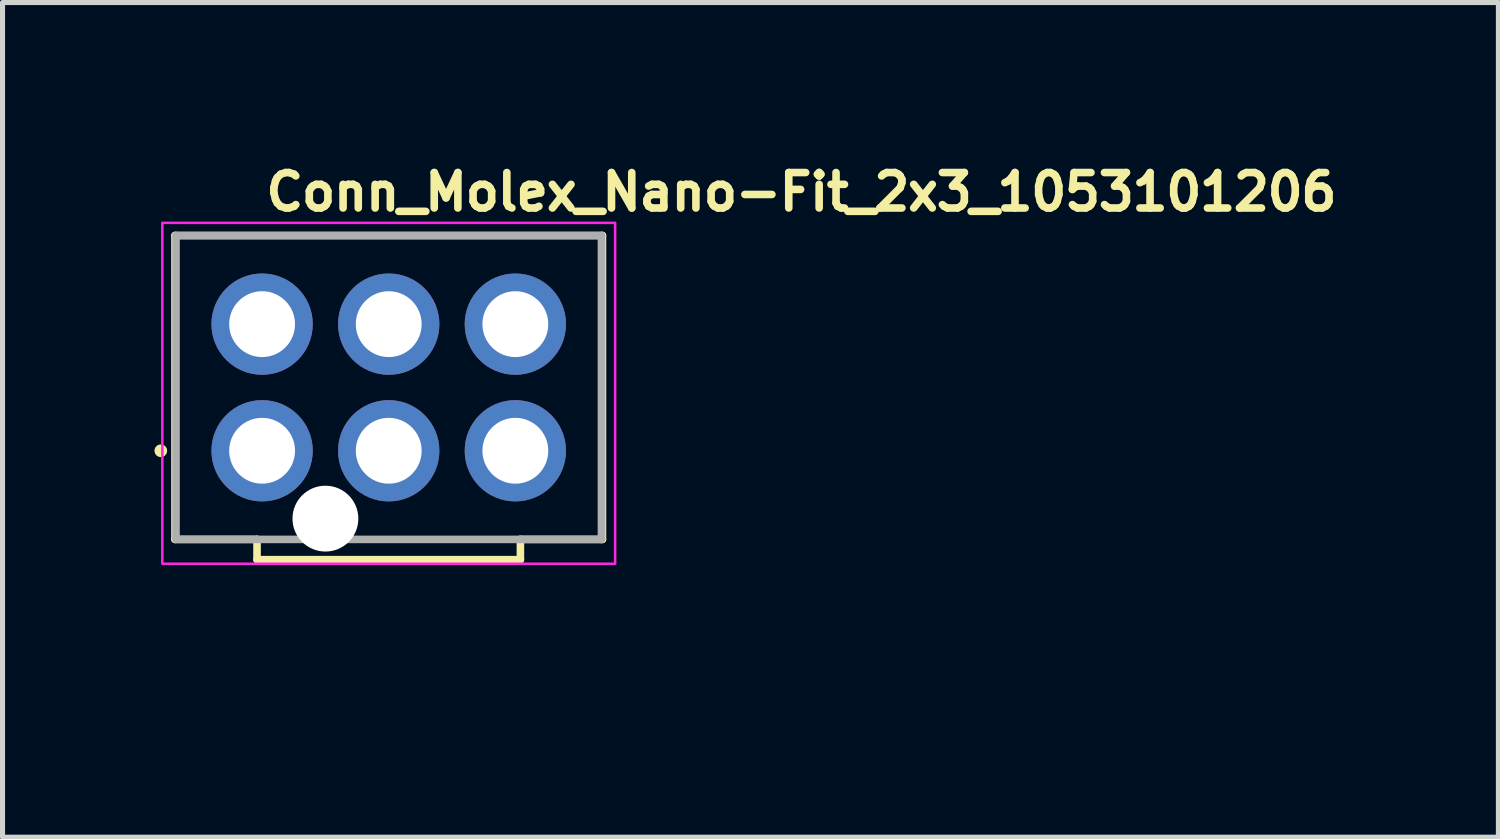
<source format=kicad_pcb>
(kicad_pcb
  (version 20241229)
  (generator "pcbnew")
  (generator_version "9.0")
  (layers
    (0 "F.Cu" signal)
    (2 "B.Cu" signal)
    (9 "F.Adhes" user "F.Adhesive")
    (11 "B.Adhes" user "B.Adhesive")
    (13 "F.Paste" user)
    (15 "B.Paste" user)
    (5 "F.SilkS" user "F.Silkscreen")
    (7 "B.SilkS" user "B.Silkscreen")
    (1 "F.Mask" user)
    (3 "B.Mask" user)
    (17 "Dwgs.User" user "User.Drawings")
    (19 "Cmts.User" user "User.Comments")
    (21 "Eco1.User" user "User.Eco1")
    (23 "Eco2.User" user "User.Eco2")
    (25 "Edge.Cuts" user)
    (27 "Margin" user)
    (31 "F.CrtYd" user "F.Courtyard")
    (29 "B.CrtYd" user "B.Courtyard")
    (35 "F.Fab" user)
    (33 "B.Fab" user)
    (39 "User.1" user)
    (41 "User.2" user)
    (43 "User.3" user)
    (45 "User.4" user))
  (footprint "Conn_Molex_Nano-Fit_2x3_1053101206"
    (layer "F.Cu")
    (at 2.125 5.85)
    (property "Reference" "Conn_Molex_Nano-Fit_2x3_1053101206" (at 0 -4.7 0) (layer "F.SilkS") (effects (font (size 0.7 0.7) (thickness 0.15)) (justify left bottom)))
    (attr through_hole)
    (fp_line (start -1.72 -4.25) (end -1.72 1.75) (stroke (width 0.15) (type solid)) (layer "F.SilkS"))
    (fp_line (start -1.72 -4.25) (end 6.72 -4.25) (stroke (width 0.15) (type solid)) (layer "F.SilkS"))
    (fp_line (start -1.72 1.75) (end -0.1 1.75) (stroke (width 0.15) (type solid)) (layer "F.SilkS"))
    (fp_line (start -0.1 2.15) (end -0.1 1.75) (stroke (width 0.15) (type solid)) (layer "F.SilkS"))
    (fp_line (start -0.1 2.15) (end 5.1 2.15) (stroke (width 0.15) (type solid)) (layer "F.SilkS"))
    (fp_line (start 5.1 2.15) (end 5.1 1.75) (stroke (width 0.15) (type solid)) (layer "F.SilkS"))
    (fp_line (start 6.72 -4.25) (end 6.72 1.75) (stroke (width 0.15) (type solid)) (layer "F.SilkS"))
    (fp_line (start 6.72 1.75) (end 5.099 1.75) (stroke (width 0.15) (type solid)) (layer "F.SilkS"))
    (fp_circle (center -2 0) (end -1.95 0) (stroke (width 0.15) (type solid)) (fill yes) (layer "F.SilkS"))
    (fp_rect (start -1.97 -4.5) (end 6.97 2.23) (stroke (width 0.05) (type solid)) (fill no) (layer "F.CrtYd"))
    (fp_line (start -1.7 -4.25) (end 6.7 -4.25) (stroke (width 0.15) (type solid)) (layer "F.Fab"))
    (fp_line (start -1.7 1.75) (end -1.7 -4.25) (stroke (width 0.15) (type solid)) (layer "F.Fab"))
    (fp_line (start 6.7 -4.25) (end 6.7 1.75) (stroke (width 0.15) (type solid)) (layer "F.Fab"))
    (fp_line (start 6.7 1.75) (end -1.7 1.75) (stroke (width 0.15) (type solid)) (layer "F.Fab"))
    (fp_rect (start -1.72 -4.26) (end 6.72 4.58) (stroke (width 0.1) (type solid)) (fill no) (layer "User.5"))
    (fp_line (start -1.72 -4.26) (end -1.72 1.72) (stroke (width 0.02) (type solid)) (layer "User.9"))
    (fp_line (start -1.11 -1.425) (end -0.4 -1.425) (stroke (width 0.02) (type solid)) (layer "User.9"))
    (fp_line (start -1.11 -1.115) (end -0.4 -1.115) (stroke (width 0.02) (type solid)) (layer "User.9"))
    (fp_line (start -1.11 1.075) (end -1.11 -3.615) (stroke (width 0.02) (type solid)) (layer "User.9"))
    (fp_line (start -1.11 1.075) (end 0.3 1.075) (stroke (width 0.02) (type solid)) (layer "User.9"))
    (fp_line (start -0.4 -1.115) (end -0.4 -1.425) (stroke (width 0.02) (type solid)) (layer "User.9"))
    (fp_line (start -0.317 -2.837) (end 0.317 -2.837) (stroke (width 0.02) (type solid)) (layer "User.9"))
    (fp_line (start -0.317 -2.202) (end -0.317 -2.837) (stroke (width 0.02) (type solid)) (layer "User.9"))
    (fp_line (start -0.317 -2.202) (end 0.317 -2.202) (stroke (width 0.02) (type solid)) (layer "User.9"))
    (fp_line (start -0.317 -0.337) (end -0.167 -0.187) (stroke (width 0.02) (type solid)) (layer "User.9"))
    (fp_line (start -0.317 -0.337) (end 0.317 -0.337) (stroke (width 0.02) (type solid)) (layer "User.9"))
    (fp_line (start -0.317 0.297) (end -0.317 -0.337) (stroke (width 0.02) (type solid)) (layer "User.9"))
    (fp_line (start -0.317 0.297) (end 0.317 0.297) (stroke (width 0.02) (type solid)) (layer "User.9"))
    (fp_line (start -0.167 -2.687) (end -0.317 -2.837) (stroke (width 0.02) (type solid)) (layer "User.9"))
    (fp_line (start -0.167 -2.687) (end 0.167 -2.687) (stroke (width 0.02) (type solid)) (layer "User.9"))
    (fp_line (start -0.167 -2.352) (end -0.317 -2.202) (stroke (width 0.02) (type solid)) (layer "User.9"))
    (fp_line (start -0.167 -2.352) (end -0.167 -2.687) (stroke (width 0.02) (type solid)) (layer "User.9"))
    (fp_line (start -0.167 -2.352) (end 0.167 -2.352) (stroke (width 0.02) (type solid)) (layer "User.9"))
    (fp_line (start -0.167 -0.187) (end 0.167 -0.187) (stroke (width 0.02) (type solid)) (layer "User.9"))
    (fp_line (start -0.167 0.147) (end -0.317 0.297) (stroke (width 0.02) (type solid)) (layer "User.9"))
    (fp_line (start -0.167 0.147) (end -0.167 -0.187) (stroke (width 0.02) (type solid)) (layer "User.9"))
    (fp_line (start -0.167 0.147) (end 0.167 0.147) (stroke (width 0.02) (type solid)) (layer "User.9"))
    (fp_line (start -0.1 1.72) (end -1.72 1.72) (stroke (width 0.02) (type solid)) (layer "User.9"))
    (fp_line (start -0.1 2.549) (end -0.1 1.72) (stroke (width 0.02) (type solid)) (layer "User.9"))
    (fp_line (start -0.1 4.009) (end -0.1 2.549) (stroke (width 0.02) (type solid)) (layer "User.9"))
    (fp_line (start -0.1 4.38) (end -0.1 4.009) (stroke (width 0.02) (type solid)) (layer "User.9"))
    (fp_line (start -0.1 4.38) (end -0.099 4.39) (stroke (width 0.02) (type solid)) (layer "User.9"))
    (fp_line (start -0.099 4.39) (end -0.098 4.4) (stroke (width 0.02) (type solid)) (layer "User.9"))
    (fp_line (start -0.098 4.4) (end -0.097 4.41) (stroke (width 0.02) (type solid)) (layer "User.9"))
    (fp_line (start -0.097 4.41) (end -0.095 4.42) (stroke (width 0.02) (type solid)) (layer "User.9"))
    (fp_line (start -0.095 4.42) (end -0.093 4.429) (stroke (width 0.02) (type solid)) (layer "User.9"))
    (fp_line (start -0.093 4.429) (end -0.091 4.439) (stroke (width 0.02) (type solid)) (layer "User.9"))
    (fp_line (start -0.091 4.439) (end -0.087 4.448) (stroke (width 0.02) (type solid)) (layer "User.9"))
    (fp_line (start -0.087 4.448) (end -0.084 4.457) (stroke (width 0.02) (type solid)) (layer "User.9"))
    (fp_line (start -0.084 4.457) (end -0.08 4.466) (stroke (width 0.02) (type solid)) (layer "User.9"))
    (fp_line (start -0.08 4.466) (end -0.075 4.475) (stroke (width 0.02) (type solid)) (layer "User.9"))
    (fp_line (start -0.075 4.475) (end -0.071 4.483) (stroke (width 0.02) (type solid)) (layer "User.9"))
    (fp_line (start -0.071 4.483) (end -0.065 4.491) (stroke (width 0.02) (type solid)) (layer "User.9"))
    (fp_line (start -0.065 4.491) (end -0.06 4.499) (stroke (width 0.02) (type solid)) (layer "User.9"))
    (fp_line (start -0.06 4.499) (end -0.054 4.507) (stroke (width 0.02) (type solid)) (layer "User.9"))
    (fp_line (start -0.054 4.507) (end -0.048 4.514) (stroke (width 0.02) (type solid)) (layer "User.9"))
    (fp_line (start -0.048 4.514) (end -0.041 4.521) (stroke (width 0.02) (type solid)) (layer "User.9"))
    (fp_line (start -0.041 4.521) (end -0.034 4.528) (stroke (width 0.02) (type solid)) (layer "User.9"))
    (fp_line (start -0.034 4.528) (end -0.027 4.534) (stroke (width 0.02) (type solid)) (layer "User.9"))
    (fp_line (start -0.027 4.534) (end -0.019 4.54) (stroke (width 0.02) (type solid)) (layer "User.9"))
    (fp_line (start -0.019 4.54) (end -0.011 4.545) (stroke (width 0.02) (type solid)) (layer "User.9"))
    (fp_line (start -0.011 4.545) (end -0.003 4.551) (stroke (width 0.02) (type solid)) (layer "User.9"))
    (fp_line (start -0.003 4.551) (end 0.004 4.555) (stroke (width 0.02) (type solid)) (layer "User.9"))
    (fp_line (start 0.004 4.555) (end 0.013 4.56) (stroke (width 0.02) (type solid)) (layer "User.9"))
    (fp_line (start 0.013 4.56) (end 0.022 4.564) (stroke (width 0.02) (type solid)) (layer "User.9"))
    (fp_line (start 0.022 4.564) (end 0.031 4.567) (stroke (width 0.02) (type solid)) (layer "User.9"))
    (fp_line (start 0.031 4.567) (end 0.04 4.571) (stroke (width 0.02) (type solid)) (layer "User.9"))
    (fp_line (start 0.04 4.571) (end 0.05 4.573) (stroke (width 0.02) (type solid)) (layer "User.9"))
    (fp_line (start 0.05 4.573) (end 0.059 4.575) (stroke (width 0.02) (type solid)) (layer "User.9"))
    (fp_line (start 0.059 4.575) (end 0.069 4.577) (stroke (width 0.02) (type solid)) (layer "User.9"))
    (fp_line (start 0.069 4.577) (end 0.079 4.578) (stroke (width 0.02) (type solid)) (layer "User.9"))
    (fp_line (start 0.079 4.578) (end 0.089 4.579) (stroke (width 0.02) (type solid)) (layer "User.9"))
    (fp_line (start 0.089 4.579) (end 0.1 4.58) (stroke (width 0.02) (type solid)) (layer "User.9"))
    (fp_line (start 0.167 -2.687) (end 0.167 -2.352) (stroke (width 0.02) (type solid)) (layer "User.9"))
    (fp_line (start 0.167 -2.687) (end 0.317 -2.837) (stroke (width 0.02) (type solid)) (layer "User.9"))
    (fp_line (start 0.167 -2.352) (end 0.317 -2.202) (stroke (width 0.02) (type solid)) (layer "User.9"))
    (fp_line (start 0.167 -0.187) (end 0.167 0.147) (stroke (width 0.02) (type solid)) (layer "User.9"))
    (fp_line (start 0.167 -0.187) (end 0.317 -0.337) (stroke (width 0.02) (type solid)) (layer "User.9"))
    (fp_line (start 0.2 -1.425) (end -0.4 -1.425) (stroke (width 0.02) (type solid)) (layer "User.9"))
    (fp_line (start 0.2 -1.425) (end 0.2 -1.115) (stroke (width 0.02) (type solid)) (layer "User.9"))
    (fp_line (start 0.2 -1.425) (end 1.11 -1.425) (stroke (width 0.02) (type solid)) (layer "User.9"))
    (fp_line (start 0.2 -1.115) (end -0.4 -1.115) (stroke (width 0.02) (type solid)) (layer "User.9"))
    (fp_line (start 0.3 2.549) (end -0.1 2.549) (stroke (width 0.02) (type solid)) (layer "User.9"))
    (fp_line (start 0.3 2.549) (end 0.3 1.075) (stroke (width 0.02) (type solid)) (layer "User.9"))
    (fp_line (start 0.3 2.549) (end 0.3 3.73) (stroke (width 0.02) (type solid)) (layer "User.9"))
    (fp_line (start 0.3 3.73) (end 4.7 3.73) (stroke (width 0.02) (type solid)) (layer "User.9"))
    (fp_line (start 0.317 -2.837) (end 0.317 -2.202) (stroke (width 0.02) (type solid)) (layer "User.9"))
    (fp_line (start 0.317 -0.337) (end 0.317 0.297) (stroke (width 0.02) (type solid)) (layer "User.9"))
    (fp_line (start 0.317 0.297) (end 0.167 0.147) (stroke (width 0.02) (type solid)) (layer "User.9"))
    (fp_line (start 1.11 -3.615) (end -1.11 -3.615) (stroke (width 0.02) (type solid)) (layer "User.9"))
    (fp_line (start 1.11 -1.425) (end 1.11 -3.615) (stroke (width 0.02) (type solid)) (layer "User.9"))
    (fp_line (start 1.11 -1.115) (end 0.2 -1.115) (stroke (width 0.02) (type solid)) (layer "User.9"))
    (fp_line (start 1.11 -1.115) (end 1.11 1.35) (stroke (width 0.02) (type solid)) (layer "User.9"))
    (fp_line (start 1.11 1.075) (end 0.3 1.075) (stroke (width 0.02) (type solid)) (layer "User.9"))
    (fp_line (start 1.389 -3.615) (end 1.389 -1.425) (stroke (width 0.02) (type solid)) (layer "User.9"))
    (fp_line (start 1.389 -1.425) (end 3.61 -1.425) (stroke (width 0.02) (type solid)) (layer "User.9"))
    (fp_line (start 1.389 -1.115) (end 1.389 1.075) (stroke (width 0.02) (type solid)) (layer "User.9"))
    (fp_line (start 1.389 1.075) (end 3.61 1.075) (stroke (width 0.02) (type solid)) (layer "User.9"))
    (fp_line (start 2.182 -2.837) (end 2.817 -2.837) (stroke (width 0.02) (type solid)) (layer "User.9"))
    (fp_line (start 2.182 -2.202) (end 2.182 -2.837) (stroke (width 0.02) (type solid)) (layer "User.9"))
    (fp_line (start 2.182 -2.202) (end 2.817 -2.202) (stroke (width 0.02) (type solid)) (layer "User.9"))
    (fp_line (start 2.182 -0.337) (end 2.332 -0.187) (stroke (width 0.02) (type solid)) (layer "User.9"))
    (fp_line (start 2.182 -0.337) (end 2.817 -0.337) (stroke (width 0.02) (type solid)) (layer "User.9"))
    (fp_line (start 2.182 0.297) (end 2.182 -0.337) (stroke (width 0.02) (type solid)) (layer "User.9"))
    (fp_line (start 2.182 0.297) (end 2.817 0.297) (stroke (width 0.02) (type solid)) (layer "User.9"))
    (fp_line (start 2.332 -2.687) (end 2.182 -2.837) (stroke (width 0.02) (type solid)) (layer "User.9"))
    (fp_line (start 2.332 -2.687) (end 2.667 -2.687) (stroke (width 0.02) (type solid)) (layer "User.9"))
    (fp_line (start 2.332 -2.352) (end 2.182 -2.202) (stroke (width 0.02) (type solid)) (layer "User.9"))
    (fp_line (start 2.332 -2.352) (end 2.332 -2.687) (stroke (width 0.02) (type solid)) (layer "User.9"))
    (fp_line (start 2.332 -2.352) (end 2.667 -2.352) (stroke (width 0.02) (type solid)) (layer "User.9"))
    (fp_line (start 2.332 -0.187) (end 2.667 -0.187) (stroke (width 0.02) (type solid)) (layer "User.9"))
    (fp_line (start 2.332 0.147) (end 2.182 0.297) (stroke (width 0.02) (type solid)) (layer "User.9"))
    (fp_line (start 2.332 0.147) (end 2.332 -0.187) (stroke (width 0.02) (type solid)) (layer "User.9"))
    (fp_line (start 2.332 0.147) (end 2.667 0.147) (stroke (width 0.02) (type solid)) (layer "User.9"))
    (fp_line (start 2.667 -2.687) (end 2.667 -2.352) (stroke (width 0.02) (type solid)) (layer "User.9"))
    (fp_line (start 2.667 -2.687) (end 2.817 -2.837) (stroke (width 0.02) (type solid)) (layer "User.9"))
    (fp_line (start 2.667 -2.352) (end 2.817 -2.202) (stroke (width 0.02) (type solid)) (layer "User.9"))
    (fp_line (start 2.667 -0.187) (end 2.667 0.147) (stroke (width 0.02) (type solid)) (layer "User.9"))
    (fp_line (start 2.667 -0.187) (end 2.817 -0.337) (stroke (width 0.02) (type solid)) (layer "User.9"))
    (fp_line (start 2.817 -2.837) (end 2.817 -2.202) (stroke (width 0.02) (type solid)) (layer "User.9"))
    (fp_line (start 2.817 -0.337) (end 2.817 0.297) (stroke (width 0.02) (type solid)) (layer "User.9"))
    (fp_line (start 2.817 0.297) (end 2.667 0.147) (stroke (width 0.02) (type solid)) (layer "User.9"))
    (fp_line (start 3.61 -3.615) (end 1.389 -3.615) (stroke (width 0.02) (type solid)) (layer "User.9"))
    (fp_line (start 3.61 -1.425) (end 3.61 -3.615) (stroke (width 0.02) (type solid)) (layer "User.9"))
    (fp_line (start 3.61 -1.115) (end 1.389 -1.115) (stroke (width 0.02) (type solid)) (layer "User.9"))
    (fp_line (start 3.61 1.075) (end 3.61 -1.115) (stroke (width 0.02) (type solid)) (layer "User.9"))
    (fp_line (start 3.89 -3.615) (end 3.89 -1.425) (stroke (width 0.02) (type solid)) (layer "User.9"))
    (fp_line (start 3.89 -1.425) (end 6.11 -1.425) (stroke (width 0.02) (type solid)) (layer "User.9"))
    (fp_line (start 3.89 1.35) (end 1.11 1.35) (stroke (width 0.02) (type solid)) (layer "User.9"))
    (fp_line (start 3.89 1.35) (end 3.89 -1.115) (stroke (width 0.02) (type solid)) (layer "User.9"))
    (fp_line (start 4.682 -2.837) (end 5.317 -2.837) (stroke (width 0.02) (type solid)) (layer "User.9"))
    (fp_line (start 4.682 -2.202) (end 4.682 -2.837) (stroke (width 0.02) (type solid)) (layer "User.9"))
    (fp_line (start 4.682 -2.202) (end 5.317 -2.202) (stroke (width 0.02) (type solid)) (layer "User.9"))
    (fp_line (start 4.682 -0.337) (end 4.832 -0.187) (stroke (width 0.02) (type solid)) (layer "User.9"))
    (fp_line (start 4.682 -0.337) (end 5.317 -0.337) (stroke (width 0.02) (type solid)) (layer "User.9"))
    (fp_line (start 4.682 0.297) (end 4.682 -0.337) (stroke (width 0.02) (type solid)) (layer "User.9"))
    (fp_line (start 4.682 0.297) (end 5.317 0.297) (stroke (width 0.02) (type solid)) (layer "User.9"))
    (fp_line (start 4.7 1.075) (end 3.89 1.075) (stroke (width 0.02) (type solid)) (layer "User.9"))
    (fp_line (start 4.7 1.075) (end 6.11 1.075) (stroke (width 0.02) (type solid)) (layer "User.9"))
    (fp_line (start 4.7 2.549) (end 4.7 1.075) (stroke (width 0.02) (type solid)) (layer "User.9"))
    (fp_line (start 4.7 2.549) (end 4.7 3.73) (stroke (width 0.02) (type solid)) (layer "User.9"))
    (fp_line (start 4.832 -2.687) (end 4.682 -2.837) (stroke (width 0.02) (type solid)) (layer "User.9"))
    (fp_line (start 4.832 -2.687) (end 5.167 -2.687) (stroke (width 0.02) (type solid)) (layer "User.9"))
    (fp_line (start 4.832 -2.352) (end 4.682 -2.202) (stroke (width 0.02) (type solid)) (layer "User.9"))
    (fp_line (start 4.832 -2.352) (end 4.832 -2.687) (stroke (width 0.02) (type solid)) (layer "User.9"))
    (fp_line (start 4.832 -2.352) (end 5.167 -2.352) (stroke (width 0.02) (type solid)) (layer "User.9"))
    (fp_line (start 4.832 -0.187) (end 5.167 -0.187) (stroke (width 0.02) (type solid)) (layer "User.9"))
    (fp_line (start 4.832 0.147) (end 4.682 0.297) (stroke (width 0.02) (type solid)) (layer "User.9"))
    (fp_line (start 4.832 0.147) (end 4.832 -0.187) (stroke (width 0.02) (type solid)) (layer "User.9"))
    (fp_line (start 4.832 0.147) (end 5.167 0.147) (stroke (width 0.02) (type solid)) (layer "User.9"))
    (fp_line (start 4.9 4.58) (end 0.1 4.58) (stroke (width 0.02) (type solid)) (layer "User.9"))
    (fp_line (start 4.9 4.58) (end 4.91 4.579) (stroke (width 0.02) (type solid)) (layer "User.9"))
    (fp_line (start 4.91 4.579) (end 4.92 4.578) (stroke (width 0.02) (type solid)) (layer "User.9"))
    (fp_line (start 4.92 4.578) (end 4.93 4.577) (stroke (width 0.02) (type solid)) (layer "User.9"))
    (fp_line (start 4.93 4.577) (end 4.94 4.575) (stroke (width 0.02) (type solid)) (layer "User.9"))
    (fp_line (start 4.94 4.575) (end 4.949 4.573) (stroke (width 0.02) (type solid)) (layer "User.9"))
    (fp_line (start 4.949 4.573) (end 4.959 4.571) (stroke (width 0.02) (type solid)) (layer "User.9"))
    (fp_line (start 4.959 4.571) (end 4.968 4.567) (stroke (width 0.02) (type solid)) (layer "User.9"))
    (fp_line (start 4.968 4.567) (end 4.977 4.564) (stroke (width 0.02) (type solid)) (layer "User.9"))
    (fp_line (start 4.977 4.564) (end 4.986 4.56) (stroke (width 0.02) (type solid)) (layer "User.9"))
    (fp_line (start 4.986 4.56) (end 4.995 4.555) (stroke (width 0.02) (type solid)) (layer "User.9"))
    (fp_line (start 4.995 4.555) (end 5.003 4.551) (stroke (width 0.02) (type solid)) (layer "User.9"))
    (fp_line (start 5.003 4.551) (end 5.011 4.545) (stroke (width 0.02) (type solid)) (layer "User.9"))
    (fp_line (start 5.011 4.545) (end 5.019 4.54) (stroke (width 0.02) (type solid)) (layer "User.9"))
    (fp_line (start 5.019 4.54) (end 5.027 4.534) (stroke (width 0.02) (type solid)) (layer "User.9"))
    (fp_line (start 5.027 4.534) (end 5.034 4.528) (stroke (width 0.02) (type solid)) (layer "User.9"))
    (fp_line (start 5.034 4.528) (end 5.041 4.521) (stroke (width 0.02) (type solid)) (layer "User.9"))
    (fp_line (start 5.041 4.521) (end 5.048 4.514) (stroke (width 0.02) (type solid)) (layer "User.9"))
    (fp_line (start 5.048 4.514) (end 5.054 4.507) (stroke (width 0.02) (type solid)) (layer "User.9"))
    (fp_line (start 5.054 4.507) (end 5.06 4.499) (stroke (width 0.02) (type solid)) (layer "User.9"))
    (fp_line (start 5.06 4.499) (end 5.065 4.491) (stroke (width 0.02) (type solid)) (layer "User.9"))
    (fp_line (start 5.065 4.491) (end 5.071 4.483) (stroke (width 0.02) (type solid)) (layer "User.9"))
    (fp_line (start 5.071 4.483) (end 5.075 4.475) (stroke (width 0.02) (type solid)) (layer "User.9"))
    (fp_line (start 5.075 4.475) (end 5.08 4.466) (stroke (width 0.02) (type solid)) (layer "User.9"))
    (fp_line (start 5.08 4.466) (end 5.084 4.457) (stroke (width 0.02) (type solid)) (layer "User.9"))
    (fp_line (start 5.084 4.457) (end 5.087 4.448) (stroke (width 0.02) (type solid)) (layer "User.9"))
    (fp_line (start 5.087 4.448) (end 5.091 4.439) (stroke (width 0.02) (type solid)) (layer "User.9"))
    (fp_line (start 5.091 4.439) (end 5.093 4.429) (stroke (width 0.02) (type solid)) (layer "User.9"))
    (fp_line (start 5.093 4.429) (end 5.095 4.42) (stroke (width 0.02) (type solid)) (layer "User.9"))
    (fp_line (start 5.095 4.42) (end 5.097 4.41) (stroke (width 0.02) (type solid)) (layer "User.9"))
    (fp_line (start 5.097 4.41) (end 5.098 4.4) (stroke (width 0.02) (type solid)) (layer "User.9"))
    (fp_line (start 5.098 4.4) (end 5.099 4.39) (stroke (width 0.02) (type solid)) (layer "User.9"))
    (fp_line (start 5.099 2.549) (end 4.7 2.549) (stroke (width 0.02) (type solid)) (layer "User.9"))
    (fp_line (start 5.099 2.549) (end 5.099 1.72) (stroke (width 0.02) (type solid)) (layer "User.9"))
    (fp_line (start 5.099 4.009) (end -0.1 4.009) (stroke (width 0.02) (type solid)) (layer "User.9"))
    (fp_line (start 5.099 4.009) (end 5.099 2.549) (stroke (width 0.02) (type solid)) (layer "User.9"))
    (fp_line (start 5.099 4.38) (end 5.099 4.009) (stroke (width 0.02) (type solid)) (layer "User.9"))
    (fp_line (start 5.099 4.39) (end 5.099 4.38) (stroke (width 0.02) (type solid)) (layer "User.9"))
    (fp_line (start 5.167 -2.687) (end 5.167 -2.352) (stroke (width 0.02) (type solid)) (layer "User.9"))
    (fp_line (start 5.167 -2.687) (end 5.317 -2.837) (stroke (width 0.02) (type solid)) (layer "User.9"))
    (fp_line (start 5.167 -2.352) (end 5.317 -2.202) (stroke (width 0.02) (type solid)) (layer "User.9"))
    (fp_line (start 5.167 -0.187) (end 5.167 0.147) (stroke (width 0.02) (type solid)) (layer "User.9"))
    (fp_line (start 5.167 -0.187) (end 5.317 -0.337) (stroke (width 0.02) (type solid)) (layer "User.9"))
    (fp_line (start 5.317 -2.837) (end 5.317 -2.202) (stroke (width 0.02) (type solid)) (layer "User.9"))
    (fp_line (start 5.317 -0.337) (end 5.317 0.297) (stroke (width 0.02) (type solid)) (layer "User.9"))
    (fp_line (start 5.317 0.297) (end 5.167 0.147) (stroke (width 0.02) (type solid)) (layer "User.9"))
    (fp_line (start 6.11 -3.615) (end 3.89 -3.615) (stroke (width 0.02) (type solid)) (layer "User.9"))
    (fp_line (start 6.11 -1.425) (end 6.11 -3.615) (stroke (width 0.02) (type solid)) (layer "User.9"))
    (fp_line (start 6.11 -1.115) (end 3.89 -1.115) (stroke (width 0.02) (type solid)) (layer "User.9"))
    (fp_line (start 6.11 1.075) (end 6.11 -1.115) (stroke (width 0.02) (type solid)) (layer "User.9"))
    (fp_line (start 6.72 -4.26) (end -1.72 -4.26) (stroke (width 0.02) (type solid)) (layer "User.9"))
    (fp_line (start 6.72 -4.26) (end 6.72 1.72) (stroke (width 0.02) (type solid)) (layer "User.9"))
    (fp_line (start 6.72 1.72) (end 5.099 1.72) (stroke (width 0.02) (type solid)) (layer "User.9"))
    (pad "" np_thru_hole circle (at 1.25 1.34) (size 1.3 1.3) (drill 1.3) (layers "*.Cu" "*.Mask"))
    (pad "1" thru_hole circle (at 0 0) (size 2 2) (drill 1.3) (layers "*.Cu" "*.Mask"))
    (pad "2" thru_hole circle (at 2.5 0) (size 2 2) (drill 1.3) (layers "*.Cu" "*.Mask"))
    (pad "3" thru_hole circle (at 5 0) (size 2 2) (drill 1.3) (layers "*.Cu" "*.Mask"))
    (pad "4" thru_hole circle (at 0 -2.5) (size 2 2) (drill 1.3) (layers "*.Cu" "*.Mask"))
    (pad "5" thru_hole circle (at 2.5 -2.5) (size 2 2) (drill 1.3) (layers "*.Cu" "*.Mask"))
    (pad "6" thru_hole circle (at 5 -2.5) (size 2 2) (drill 1.3) (layers "*.Cu" "*.Mask")))
  (gr_rect
    (start -3 -3)
    (end 26.535 13.48)
    (stroke (width 0.1) (type default))
    (fill no)
    (layer "Edge.Cuts")))
</source>
